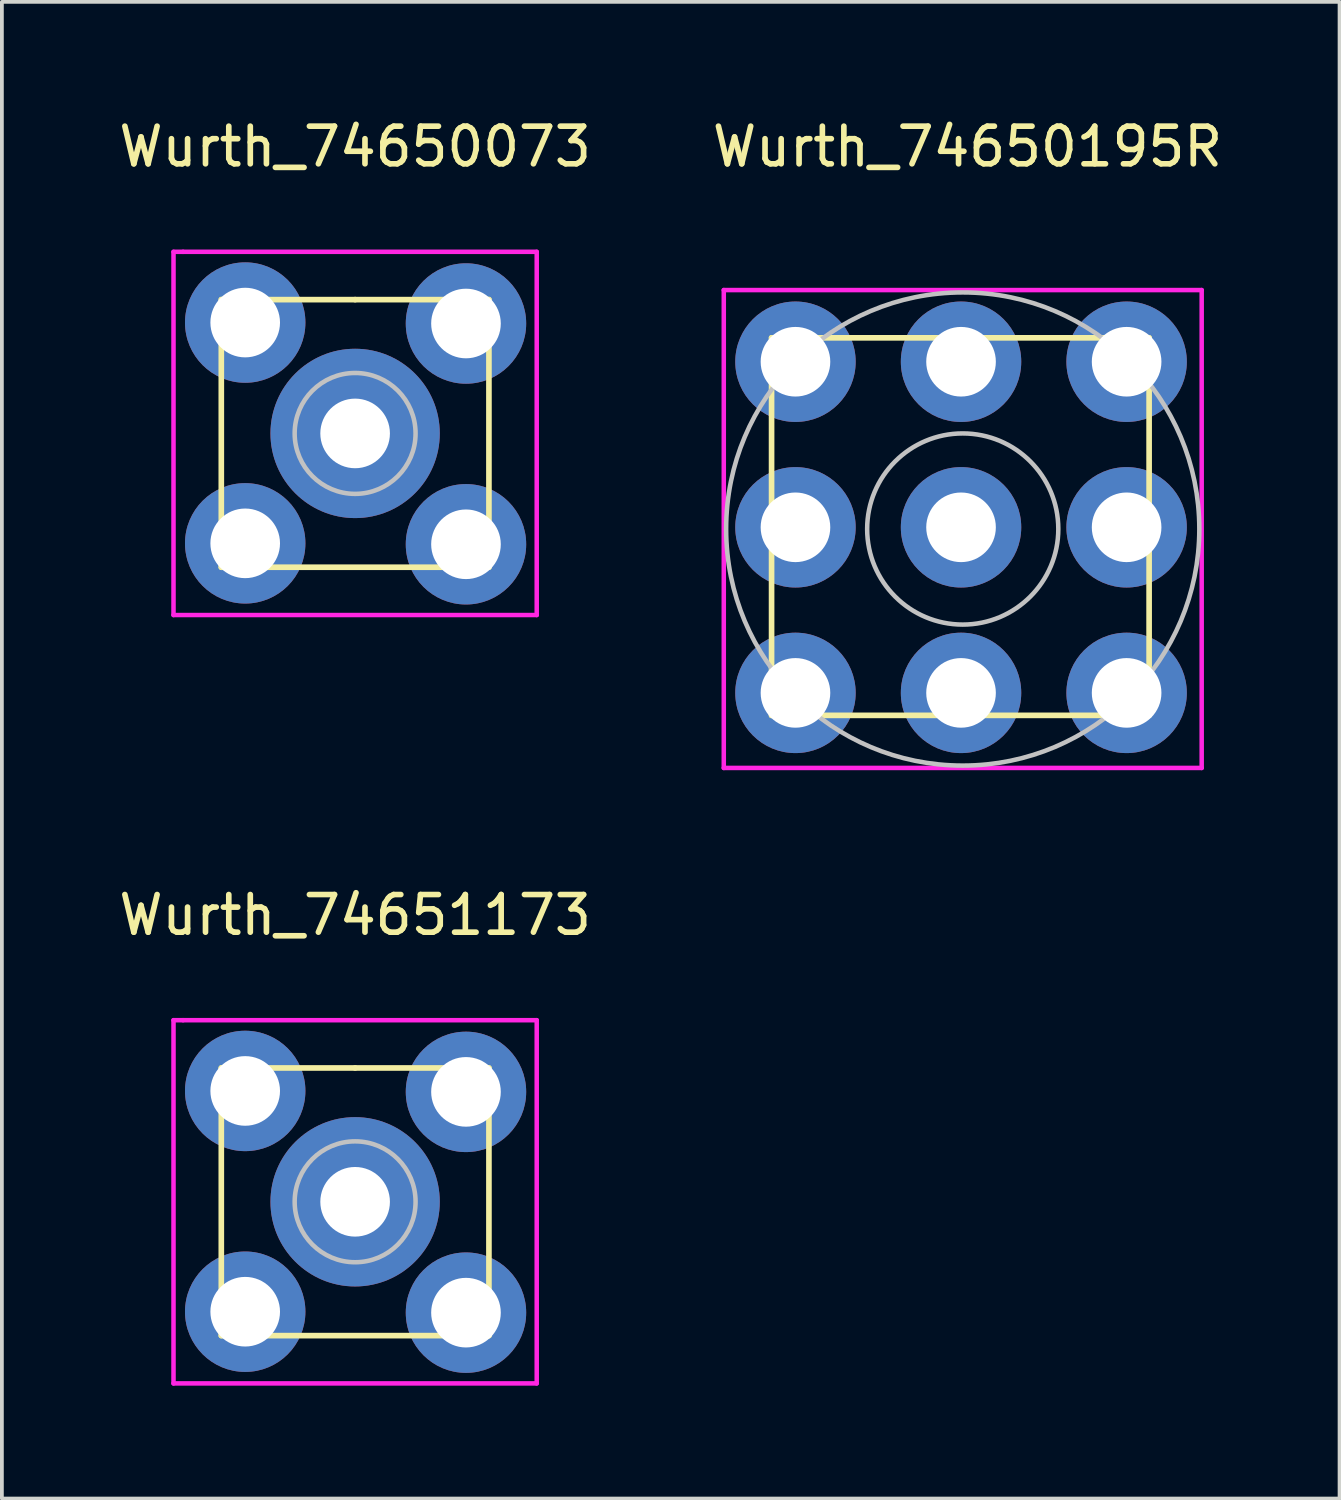
<source format=kicad_pcb>
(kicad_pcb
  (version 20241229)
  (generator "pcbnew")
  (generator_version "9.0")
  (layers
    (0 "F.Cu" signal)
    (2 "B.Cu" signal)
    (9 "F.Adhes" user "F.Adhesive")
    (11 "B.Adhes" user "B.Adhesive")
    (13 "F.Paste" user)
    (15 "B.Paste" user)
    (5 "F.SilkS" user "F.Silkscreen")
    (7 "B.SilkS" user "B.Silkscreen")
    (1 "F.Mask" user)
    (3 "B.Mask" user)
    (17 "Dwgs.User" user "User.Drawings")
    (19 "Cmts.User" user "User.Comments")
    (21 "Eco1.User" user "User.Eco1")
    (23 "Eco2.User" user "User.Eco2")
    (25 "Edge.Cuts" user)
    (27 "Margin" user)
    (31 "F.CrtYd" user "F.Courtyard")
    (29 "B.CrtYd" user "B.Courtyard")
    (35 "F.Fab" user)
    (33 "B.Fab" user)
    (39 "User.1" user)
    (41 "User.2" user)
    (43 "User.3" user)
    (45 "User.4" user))
  (footprint "Wurth_74651173"
    (layer "F.Cu")
    (at 6.387 28.887)
    (property "Reference" "Wurth_74651173" (at 0 -7.62 0) (layer "F.SilkS") (effects (font (size 1 1) (thickness 0.15))))
    (attr through_hole)
    (fp_line (start -3.556 -3.556) (end -3.556 3.048) (stroke (width 0.15) (type solid)) (layer "F.SilkS"))
    (fp_line (start -3.556 3.048) (end -3.556 3.556) (stroke (width 0.15) (type solid)) (layer "F.SilkS"))
    (fp_line (start -3.556 3.556) (end 3.556 3.556) (stroke (width 0.15) (type solid)) (layer "F.SilkS"))
    (fp_line (start 0 -3.556) (end -3.556 -3.556) (stroke (width 0.15) (type solid)) (layer "F.SilkS"))
    (fp_line (start 3.556 -3.556) (end 0 -3.556) (stroke (width 0.15) (type solid)) (layer "F.SilkS"))
    (fp_line (start 3.556 3.556) (end 3.556 -3.556) (stroke (width 0.15) (type solid)) (layer "F.SilkS"))
    (fp_circle (center 0 0) (end 0.508 1.524) (stroke (width 0.12) (type solid)) (fill no) (layer "Dwgs.User"))
    (fp_line (start -4.826 -4.826) (end -4.572 -4.826) (stroke (width 0.12) (type solid)) (layer "F.CrtYd"))
    (fp_line (start -4.826 4.826) (end -4.826 -4.826) (stroke (width 0.12) (type solid)) (layer "F.CrtYd"))
    (fp_line (start -4.572 -4.826) (end 4.826 -4.826) (stroke (width 0.12) (type solid)) (layer "F.CrtYd"))
    (fp_line (start 4.826 -4.826) (end 4.826 4.826) (stroke (width 0.12) (type solid)) (layer "F.CrtYd"))
    (fp_line (start 4.826 4.826) (end -4.826 4.826) (stroke (width 0.12) (type solid)) (layer "F.CrtYd"))
    (pad "" np_thru_hole circle (at 0 0) (size 4.5 4.5) (drill 1.85) (layers "*.Cu" "*.Mask"))
    (pad "1" thru_hole circle (at -2.921 -2.946) (size 3.2 3.2) (drill 1.85) (layers "*.Cu" "*.Mask"))
    (pad "1" thru_hole circle (at -2.921 2.921) (size 3.2 3.2) (drill 1.85) (layers "*.Cu" "*.Mask"))
    (pad "1" thru_hole circle (at 2.946 -2.921) (size 3.2 3.2) (drill 1.85) (layers "*.Cu" "*.Mask"))
    (pad "1" thru_hole circle (at 2.946 2.946) (size 3.2 3.2) (drill 1.85) (layers "*.Cu" "*.Mask")))
  (footprint "Wurth_74650195R"
    (layer "F.Cu")
    (at 22.534 11.008)
    (property "Reference" "Wurth_74650195R" (at 0.127 -10.16 0) (layer "F.SilkS") (effects (font (size 1 1) (thickness 0.15))))
    (attr through_hole)
    (fp_line (start -5.08 -5.08) (end -5.08 4.953) (stroke (width 0.15) (type solid)) (layer "F.SilkS"))
    (fp_line (start -5.08 4.953) (end 4.953 4.953) (stroke (width 0.15) (type solid)) (layer "F.SilkS"))
    (fp_line (start 4.953 -5.08) (end -5.08 -5.08) (stroke (width 0.15) (type solid)) (layer "F.SilkS"))
    (fp_line (start 4.953 4.953) (end 4.953 -5.08) (stroke (width 0.15) (type solid)) (layer "F.SilkS"))
    (fp_circle (center 0 0) (end 2.54 0) (stroke (width 0.12) (type solid)) (fill no) (layer "Dwgs.User"))
    (fp_circle (center 0 0) (end 6.287 0) (stroke (width 0.12) (type solid)) (fill no) (layer "Dwgs.User"))
    (fp_line (start -6.35 -6.35) (end 6.35 -6.35) (stroke (width 0.12) (type solid)) (layer "F.CrtYd"))
    (fp_line (start -6.35 6.35) (end -6.35 -6.35) (stroke (width 0.12) (type solid)) (layer "F.CrtYd"))
    (fp_line (start 6.35 -6.35) (end 6.35 6.35) (stroke (width 0.12) (type solid)) (layer "F.CrtYd"))
    (fp_line (start 6.35 6.35) (end -6.35 6.35) (stroke (width 0.12) (type solid)) (layer "F.CrtYd"))
    (pad "1" thru_hole circle (at -4.445 -4.445) (size 3.2 3.2) (drill 1.85) (layers "*.Cu" "*.Mask"))
    (pad "1" thru_hole circle (at -4.445 -0.045) (size 3.2 3.2) (drill 1.85) (layers "*.Cu" "*.Mask"))
    (pad "1" thru_hole circle (at -4.445 4.355) (size 3.2 3.2) (drill 1.85) (layers "*.Cu" "*.Mask"))
    (pad "1" thru_hole circle (at -0.045 -4.445) (size 3.2 3.2) (drill 1.85) (layers "*.Cu" "*.Mask"))
    (pad "1" thru_hole circle (at -0.045 -0.045) (size 3.2 3.2) (drill 1.85) (layers "*.Cu" "*.Mask"))
    (pad "1" thru_hole circle (at -0.045 4.355) (size 3.2 3.2) (drill 1.85) (layers "*.Cu" "*.Mask"))
    (pad "1" thru_hole circle (at 4.355 -4.445) (size 3.2 3.2) (drill 1.85) (layers "*.Cu" "*.Mask"))
    (pad "1" thru_hole circle (at 4.355 -0.045) (size 3.2 3.2) (drill 1.85) (layers "*.Cu" "*.Mask"))
    (pad "1" thru_hole circle (at 4.355 4.355) (size 3.2 3.2) (drill 1.85) (layers "*.Cu" "*.Mask")))
  (footprint "Wurth_74650073"
    (layer "F.Cu")
    (at 6.387 8.468)
    (property "Reference" "Wurth_74650073" (at 0 -7.62 0) (layer "F.SilkS") (effects (font (size 1 1) (thickness 0.15))))
    (attr through_hole)
    (fp_line (start -3.556 -3.556) (end -3.556 3.048) (stroke (width 0.15) (type solid)) (layer "F.SilkS"))
    (fp_line (start -3.556 3.048) (end -3.556 3.556) (stroke (width 0.15) (type solid)) (layer "F.SilkS"))
    (fp_line (start -3.556 3.556) (end 3.556 3.556) (stroke (width 0.15) (type solid)) (layer "F.SilkS"))
    (fp_line (start 0 -3.556) (end -3.556 -3.556) (stroke (width 0.15) (type solid)) (layer "F.SilkS"))
    (fp_line (start 3.556 -3.556) (end 0 -3.556) (stroke (width 0.15) (type solid)) (layer "F.SilkS"))
    (fp_line (start 3.556 3.556) (end 3.556 -3.556) (stroke (width 0.15) (type solid)) (layer "F.SilkS"))
    (fp_circle (center 0 0) (end 0.508 1.524) (stroke (width 0.12) (type solid)) (fill no) (layer "Dwgs.User"))
    (fp_line (start -4.826 -4.826) (end -4.572 -4.826) (stroke (width 0.12) (type solid)) (layer "F.CrtYd"))
    (fp_line (start -4.826 4.826) (end -4.826 -4.826) (stroke (width 0.12) (type solid)) (layer "F.CrtYd"))
    (fp_line (start -4.572 -4.826) (end 4.826 -4.826) (stroke (width 0.12) (type solid)) (layer "F.CrtYd"))
    (fp_line (start 4.826 -4.826) (end 4.826 4.826) (stroke (width 0.12) (type solid)) (layer "F.CrtYd"))
    (fp_line (start 4.826 4.826) (end -4.826 4.826) (stroke (width 0.12) (type solid)) (layer "F.CrtYd"))
    (pad "" np_thru_hole circle (at 0 0) (size 4.5 4.5) (drill 1.85) (layers "*.Cu" "*.Mask"))
    (pad "1" thru_hole circle (at -2.921 -2.946) (size 3.2 3.2) (drill 1.85) (layers "*.Cu" "*.Mask"))
    (pad "1" thru_hole circle (at -2.921 2.921) (size 3.2 3.2) (drill 1.85) (layers "*.Cu" "*.Mask"))
    (pad "1" thru_hole circle (at 2.946 -2.921) (size 3.2 3.2) (drill 1.85) (layers "*.Cu" "*.Mask"))
    (pad "1" thru_hole circle (at 2.946 2.946) (size 3.2 3.2) (drill 1.85) (layers "*.Cu" "*.Mask")))
  (gr_rect
    (start -3 -3)
    (end 32.548 36.773)
    (stroke (width 0.1) (type default))
    (fill no)
    (layer "Edge.Cuts")))
</source>
